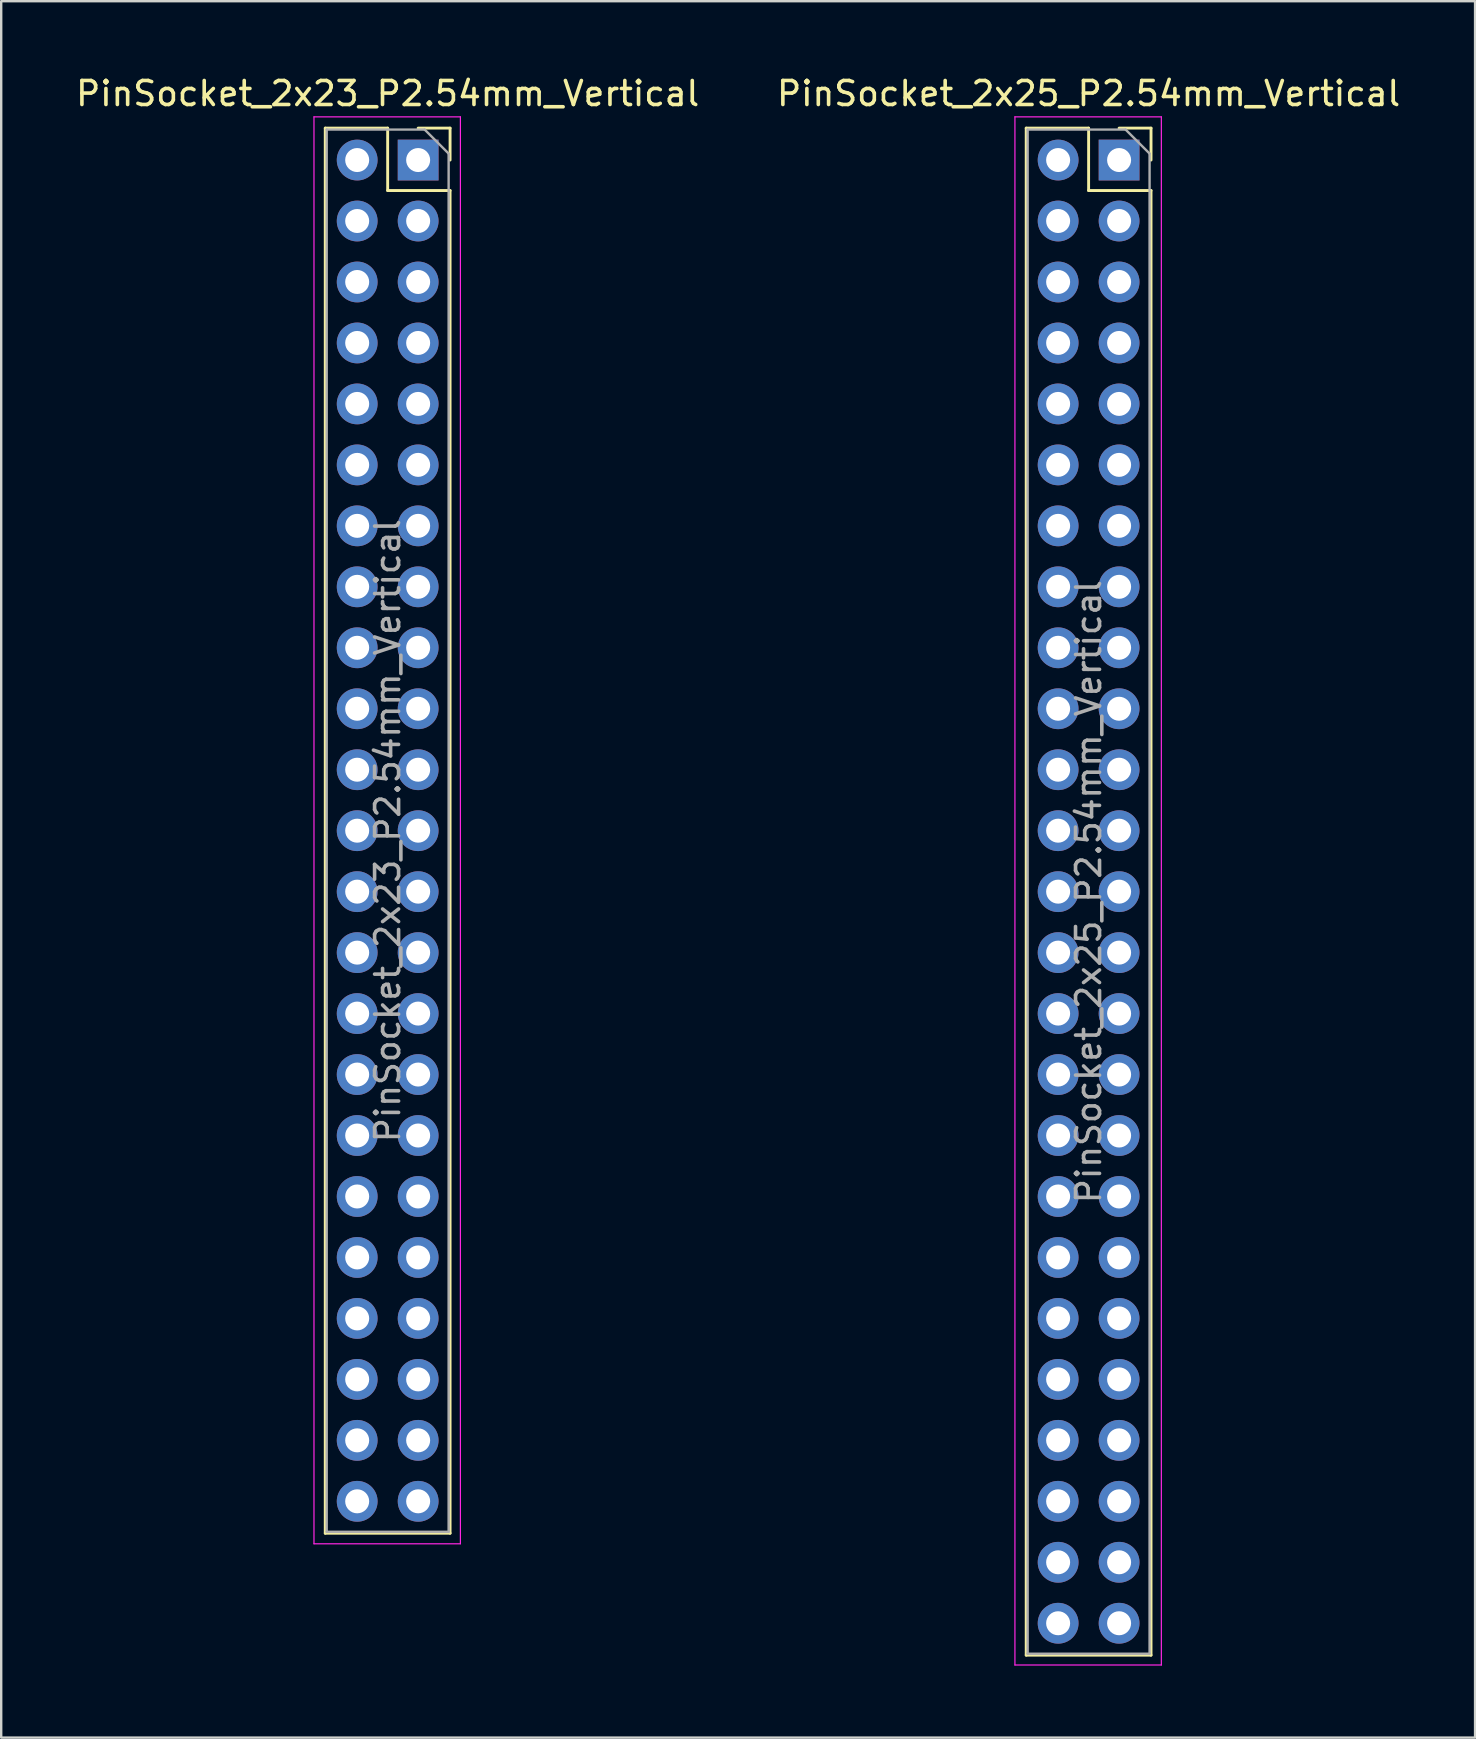
<source format=kicad_pcb>
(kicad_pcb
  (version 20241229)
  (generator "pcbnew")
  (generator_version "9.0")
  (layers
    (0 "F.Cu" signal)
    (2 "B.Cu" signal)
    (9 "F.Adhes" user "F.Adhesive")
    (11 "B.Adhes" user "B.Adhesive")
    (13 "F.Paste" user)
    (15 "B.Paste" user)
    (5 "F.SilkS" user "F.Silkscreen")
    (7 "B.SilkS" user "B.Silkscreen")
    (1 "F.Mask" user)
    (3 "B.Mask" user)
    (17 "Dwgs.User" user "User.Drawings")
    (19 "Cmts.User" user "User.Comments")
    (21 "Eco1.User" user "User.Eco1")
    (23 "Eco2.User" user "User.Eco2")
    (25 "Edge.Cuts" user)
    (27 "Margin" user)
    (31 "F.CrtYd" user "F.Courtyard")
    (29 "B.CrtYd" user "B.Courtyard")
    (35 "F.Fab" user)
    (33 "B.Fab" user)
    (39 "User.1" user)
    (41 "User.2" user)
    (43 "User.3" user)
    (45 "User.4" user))
  (footprint "PinSocket_2x23_P2.54mm_Vertical"
    (layer "F.Cu")
    (at 14.371 3.618)
    (property "Reference" "PinSocket_2x23_P2.54mm_Vertical" (at -1.27 -2.77 0) (layer "F.SilkS") (effects (font (size 1 1) (thickness 0.15))))
    (attr through_hole)
    (fp_line (start -3.87 -1.33) (end -3.87 57.21) (stroke (width 0.12) (type solid)) (layer "F.SilkS"))
    (fp_line (start -3.87 -1.33) (end -1.27 -1.33) (stroke (width 0.12) (type solid)) (layer "F.SilkS"))
    (fp_line (start -3.87 57.21) (end 1.33 57.21) (stroke (width 0.12) (type solid)) (layer "F.SilkS"))
    (fp_line (start -1.27 -1.33) (end -1.27 1.27) (stroke (width 0.12) (type solid)) (layer "F.SilkS"))
    (fp_line (start -1.27 1.27) (end 1.33 1.27) (stroke (width 0.12) (type solid)) (layer "F.SilkS"))
    (fp_line (start 0 -1.33) (end 1.33 -1.33) (stroke (width 0.12) (type solid)) (layer "F.SilkS"))
    (fp_line (start 1.33 -1.33) (end 1.33 0) (stroke (width 0.12) (type solid)) (layer "F.SilkS"))
    (fp_line (start 1.33 1.27) (end 1.33 57.21) (stroke (width 0.12) (type solid)) (layer "F.SilkS"))
    (fp_line (start -4.34 -1.8) (end 1.76 -1.8) (stroke (width 0.05) (type solid)) (layer "F.CrtYd"))
    (fp_line (start -4.34 57.65) (end -4.34 -1.8) (stroke (width 0.05) (type solid)) (layer "F.CrtYd"))
    (fp_line (start 1.76 -1.8) (end 1.76 57.65) (stroke (width 0.05) (type solid)) (layer "F.CrtYd"))
    (fp_line (start 1.76 57.65) (end -4.34 57.65) (stroke (width 0.05) (type solid)) (layer "F.CrtYd"))
    (fp_line (start -3.81 -1.27) (end 0.27 -1.27) (stroke (width 0.1) (type solid)) (layer "F.Fab"))
    (fp_line (start -3.81 57.15) (end -3.81 -1.27) (stroke (width 0.1) (type solid)) (layer "F.Fab"))
    (fp_line (start 0.27 -1.27) (end 1.27 -0.27) (stroke (width 0.1) (type solid)) (layer "F.Fab"))
    (fp_line (start 1.27 -0.27) (end 1.27 57.15) (stroke (width 0.1) (type solid)) (layer "F.Fab"))
    (fp_line (start 1.27 57.15) (end -3.81 57.15) (stroke (width 0.1) (type solid)) (layer "F.Fab"))
    (fp_text user "${REFERENCE}" (at -1.27 27.94 90) (layer "F.Fab") (effects (font (size 1 1) (thickness 0.15))))
    (pad "1" thru_hole rect (at 0 0) (size 1.7 1.7) (drill 1) (layers "*.Cu" "*.Mask"))
    (pad "2" thru_hole oval (at -2.54 0) (size 1.7 1.7) (drill 1) (layers "*.Cu" "*.Mask"))
    (pad "3" thru_hole oval (at 0 2.54) (size 1.7 1.7) (drill 1) (layers "*.Cu" "*.Mask"))
    (pad "4" thru_hole oval (at -2.54 2.54) (size 1.7 1.7) (drill 1) (layers "*.Cu" "*.Mask"))
    (pad "5" thru_hole oval (at 0 5.08) (size 1.7 1.7) (drill 1) (layers "*.Cu" "*.Mask"))
    (pad "6" thru_hole oval (at -2.54 5.08) (size 1.7 1.7) (drill 1) (layers "*.Cu" "*.Mask"))
    (pad "7" thru_hole oval (at 0 7.62) (size 1.7 1.7) (drill 1) (layers "*.Cu" "*.Mask"))
    (pad "8" thru_hole oval (at -2.54 7.62) (size 1.7 1.7) (drill 1) (layers "*.Cu" "*.Mask"))
    (pad "9" thru_hole oval (at 0 10.16) (size 1.7 1.7) (drill 1) (layers "*.Cu" "*.Mask"))
    (pad "10" thru_hole oval (at -2.54 10.16) (size 1.7 1.7) (drill 1) (layers "*.Cu" "*.Mask"))
    (pad "11" thru_hole oval (at 0 12.7) (size 1.7 1.7) (drill 1) (layers "*.Cu" "*.Mask"))
    (pad "12" thru_hole oval (at -2.54 12.7) (size 1.7 1.7) (drill 1) (layers "*.Cu" "*.Mask"))
    (pad "13" thru_hole oval (at 0 15.24) (size 1.7 1.7) (drill 1) (layers "*.Cu" "*.Mask"))
    (pad "14" thru_hole oval (at -2.54 15.24) (size 1.7 1.7) (drill 1) (layers "*.Cu" "*.Mask"))
    (pad "15" thru_hole oval (at 0 17.78) (size 1.7 1.7) (drill 1) (layers "*.Cu" "*.Mask"))
    (pad "16" thru_hole oval (at -2.54 17.78) (size 1.7 1.7) (drill 1) (layers "*.Cu" "*.Mask"))
    (pad "17" thru_hole oval (at 0 20.32) (size 1.7 1.7) (drill 1) (layers "*.Cu" "*.Mask"))
    (pad "18" thru_hole oval (at -2.54 20.32) (size 1.7 1.7) (drill 1) (layers "*.Cu" "*.Mask"))
    (pad "19" thru_hole oval (at 0 22.86) (size 1.7 1.7) (drill 1) (layers "*.Cu" "*.Mask"))
    (pad "20" thru_hole oval (at -2.54 22.86) (size 1.7 1.7) (drill 1) (layers "*.Cu" "*.Mask"))
    (pad "21" thru_hole oval (at 0 25.4) (size 1.7 1.7) (drill 1) (layers "*.Cu" "*.Mask"))
    (pad "22" thru_hole oval (at -2.54 25.4) (size 1.7 1.7) (drill 1) (layers "*.Cu" "*.Mask"))
    (pad "23" thru_hole oval (at 0 27.94) (size 1.7 1.7) (drill 1) (layers "*.Cu" "*.Mask"))
    (pad "24" thru_hole oval (at -2.54 27.94) (size 1.7 1.7) (drill 1) (layers "*.Cu" "*.Mask"))
    (pad "25" thru_hole oval (at 0 30.48) (size 1.7 1.7) (drill 1) (layers "*.Cu" "*.Mask"))
    (pad "26" thru_hole oval (at -2.54 30.48) (size 1.7 1.7) (drill 1) (layers "*.Cu" "*.Mask"))
    (pad "27" thru_hole oval (at 0 33.02) (size 1.7 1.7) (drill 1) (layers "*.Cu" "*.Mask"))
    (pad "28" thru_hole oval (at -2.54 33.02) (size 1.7 1.7) (drill 1) (layers "*.Cu" "*.Mask"))
    (pad "29" thru_hole oval (at 0 35.56) (size 1.7 1.7) (drill 1) (layers "*.Cu" "*.Mask"))
    (pad "30" thru_hole oval (at -2.54 35.56) (size 1.7 1.7) (drill 1) (layers "*.Cu" "*.Mask"))
    (pad "31" thru_hole oval (at 0 38.1) (size 1.7 1.7) (drill 1) (layers "*.Cu" "*.Mask"))
    (pad "32" thru_hole oval (at -2.54 38.1) (size 1.7 1.7) (drill 1) (layers "*.Cu" "*.Mask"))
    (pad "33" thru_hole oval (at 0 40.64) (size 1.7 1.7) (drill 1) (layers "*.Cu" "*.Mask"))
    (pad "34" thru_hole oval (at -2.54 40.64) (size 1.7 1.7) (drill 1) (layers "*.Cu" "*.Mask"))
    (pad "35" thru_hole oval (at 0 43.18) (size 1.7 1.7) (drill 1) (layers "*.Cu" "*.Mask"))
    (pad "36" thru_hole oval (at -2.54 43.18) (size 1.7 1.7) (drill 1) (layers "*.Cu" "*.Mask"))
    (pad "37" thru_hole oval (at 0 45.72) (size 1.7 1.7) (drill 1) (layers "*.Cu" "*.Mask"))
    (pad "38" thru_hole oval (at -2.54 45.72) (size 1.7 1.7) (drill 1) (layers "*.Cu" "*.Mask"))
    (pad "39" thru_hole oval (at 0 48.26) (size 1.7 1.7) (drill 1) (layers "*.Cu" "*.Mask"))
    (pad "40" thru_hole oval (at -2.54 48.26) (size 1.7 1.7) (drill 1) (layers "*.Cu" "*.Mask"))
    (pad "41" thru_hole oval (at 0 50.8) (size 1.7 1.7) (drill 1) (layers "*.Cu" "*.Mask"))
    (pad "42" thru_hole oval (at -2.54 50.8) (size 1.7 1.7) (drill 1) (layers "*.Cu" "*.Mask"))
    (pad "43" thru_hole oval (at 0 53.34) (size 1.7 1.7) (drill 1) (layers "*.Cu" "*.Mask"))
    (pad "44" thru_hole oval (at -2.54 53.34) (size 1.7 1.7) (drill 1) (layers "*.Cu" "*.Mask"))
    (pad "45" thru_hole oval (at 0 55.88) (size 1.7 1.7) (drill 1) (layers "*.Cu" "*.Mask"))
    (pad "46" thru_hole oval (at -2.54 55.88) (size 1.7 1.7) (drill 1) (layers "*.Cu" "*.Mask")))
  (footprint "PinSocket_2x25_P2.54mm_Vertical"
    (layer "F.Cu")
    (at 43.574 3.618)
    (property "Reference" "PinSocket_2x25_P2.54mm_Vertical" (at -1.27 -2.77 0) (layer "F.SilkS") (effects (font (size 1 1) (thickness 0.15))))
    (attr through_hole)
    (fp_line (start -3.87 -1.33) (end -3.87 62.29) (stroke (width 0.12) (type solid)) (layer "F.SilkS"))
    (fp_line (start -3.87 -1.33) (end -1.27 -1.33) (stroke (width 0.12) (type solid)) (layer "F.SilkS"))
    (fp_line (start -3.87 62.29) (end 1.33 62.29) (stroke (width 0.12) (type solid)) (layer "F.SilkS"))
    (fp_line (start -1.27 -1.33) (end -1.27 1.27) (stroke (width 0.12) (type solid)) (layer "F.SilkS"))
    (fp_line (start -1.27 1.27) (end 1.33 1.27) (stroke (width 0.12) (type solid)) (layer "F.SilkS"))
    (fp_line (start 0 -1.33) (end 1.33 -1.33) (stroke (width 0.12) (type solid)) (layer "F.SilkS"))
    (fp_line (start 1.33 -1.33) (end 1.33 0) (stroke (width 0.12) (type solid)) (layer "F.SilkS"))
    (fp_line (start 1.33 1.27) (end 1.33 62.29) (stroke (width 0.12) (type solid)) (layer "F.SilkS"))
    (fp_line (start -4.34 -1.8) (end 1.76 -1.8) (stroke (width 0.05) (type solid)) (layer "F.CrtYd"))
    (fp_line (start -4.34 62.7) (end -4.34 -1.8) (stroke (width 0.05) (type solid)) (layer "F.CrtYd"))
    (fp_line (start 1.76 -1.8) (end 1.76 62.7) (stroke (width 0.05) (type solid)) (layer "F.CrtYd"))
    (fp_line (start 1.76 62.7) (end -4.34 62.7) (stroke (width 0.05) (type solid)) (layer "F.CrtYd"))
    (fp_line (start -3.81 -1.27) (end 0.27 -1.27) (stroke (width 0.1) (type solid)) (layer "F.Fab"))
    (fp_line (start -3.81 62.23) (end -3.81 -1.27) (stroke (width 0.1) (type solid)) (layer "F.Fab"))
    (fp_line (start 0.27 -1.27) (end 1.27 -0.27) (stroke (width 0.1) (type solid)) (layer "F.Fab"))
    (fp_line (start 1.27 -0.27) (end 1.27 62.23) (stroke (width 0.1) (type solid)) (layer "F.Fab"))
    (fp_line (start 1.27 62.23) (end -3.81 62.23) (stroke (width 0.1) (type solid)) (layer "F.Fab"))
    (fp_text user "${REFERENCE}" (at -1.27 30.48 90) (layer "F.Fab") (effects (font (size 1 1) (thickness 0.15))))
    (pad "1" thru_hole rect (at 0 0) (size 1.7 1.7) (drill 1) (layers "*.Cu" "*.Mask"))
    (pad "2" thru_hole oval (at -2.54 0) (size 1.7 1.7) (drill 1) (layers "*.Cu" "*.Mask"))
    (pad "3" thru_hole oval (at 0 2.54) (size 1.7 1.7) (drill 1) (layers "*.Cu" "*.Mask"))
    (pad "4" thru_hole oval (at -2.54 2.54) (size 1.7 1.7) (drill 1) (layers "*.Cu" "*.Mask"))
    (pad "5" thru_hole oval (at 0 5.08) (size 1.7 1.7) (drill 1) (layers "*.Cu" "*.Mask"))
    (pad "6" thru_hole oval (at -2.54 5.08) (size 1.7 1.7) (drill 1) (layers "*.Cu" "*.Mask"))
    (pad "7" thru_hole oval (at 0 7.62) (size 1.7 1.7) (drill 1) (layers "*.Cu" "*.Mask"))
    (pad "8" thru_hole oval (at -2.54 7.62) (size 1.7 1.7) (drill 1) (layers "*.Cu" "*.Mask"))
    (pad "9" thru_hole oval (at 0 10.16) (size 1.7 1.7) (drill 1) (layers "*.Cu" "*.Mask"))
    (pad "10" thru_hole oval (at -2.54 10.16) (size 1.7 1.7) (drill 1) (layers "*.Cu" "*.Mask"))
    (pad "11" thru_hole oval (at 0 12.7) (size 1.7 1.7) (drill 1) (layers "*.Cu" "*.Mask"))
    (pad "12" thru_hole oval (at -2.54 12.7) (size 1.7 1.7) (drill 1) (layers "*.Cu" "*.Mask"))
    (pad "13" thru_hole oval (at 0 15.24) (size 1.7 1.7) (drill 1) (layers "*.Cu" "*.Mask"))
    (pad "14" thru_hole oval (at -2.54 15.24) (size 1.7 1.7) (drill 1) (layers "*.Cu" "*.Mask"))
    (pad "15" thru_hole oval (at 0 17.78) (size 1.7 1.7) (drill 1) (layers "*.Cu" "*.Mask"))
    (pad "16" thru_hole oval (at -2.54 17.78) (size 1.7 1.7) (drill 1) (layers "*.Cu" "*.Mask"))
    (pad "17" thru_hole oval (at 0 20.32) (size 1.7 1.7) (drill 1) (layers "*.Cu" "*.Mask"))
    (pad "18" thru_hole oval (at -2.54 20.32) (size 1.7 1.7) (drill 1) (layers "*.Cu" "*.Mask"))
    (pad "19" thru_hole oval (at 0 22.86) (size 1.7 1.7) (drill 1) (layers "*.Cu" "*.Mask"))
    (pad "20" thru_hole oval (at -2.54 22.86) (size 1.7 1.7) (drill 1) (layers "*.Cu" "*.Mask"))
    (pad "21" thru_hole oval (at 0 25.4) (size 1.7 1.7) (drill 1) (layers "*.Cu" "*.Mask"))
    (pad "22" thru_hole oval (at -2.54 25.4) (size 1.7 1.7) (drill 1) (layers "*.Cu" "*.Mask"))
    (pad "23" thru_hole oval (at 0 27.94) (size 1.7 1.7) (drill 1) (layers "*.Cu" "*.Mask"))
    (pad "24" thru_hole oval (at -2.54 27.94) (size 1.7 1.7) (drill 1) (layers "*.Cu" "*.Mask"))
    (pad "25" thru_hole oval (at 0 30.48) (size 1.7 1.7) (drill 1) (layers "*.Cu" "*.Mask"))
    (pad "26" thru_hole oval (at -2.54 30.48) (size 1.7 1.7) (drill 1) (layers "*.Cu" "*.Mask"))
    (pad "27" thru_hole oval (at 0 33.02) (size 1.7 1.7) (drill 1) (layers "*.Cu" "*.Mask"))
    (pad "28" thru_hole oval (at -2.54 33.02) (size 1.7 1.7) (drill 1) (layers "*.Cu" "*.Mask"))
    (pad "29" thru_hole oval (at 0 35.56) (size 1.7 1.7) (drill 1) (layers "*.Cu" "*.Mask"))
    (pad "30" thru_hole oval (at -2.54 35.56) (size 1.7 1.7) (drill 1) (layers "*.Cu" "*.Mask"))
    (pad "31" thru_hole oval (at 0 38.1) (size 1.7 1.7) (drill 1) (layers "*.Cu" "*.Mask"))
    (pad "32" thru_hole oval (at -2.54 38.1) (size 1.7 1.7) (drill 1) (layers "*.Cu" "*.Mask"))
    (pad "33" thru_hole oval (at 0 40.64) (size 1.7 1.7) (drill 1) (layers "*.Cu" "*.Mask"))
    (pad "34" thru_hole oval (at -2.54 40.64) (size 1.7 1.7) (drill 1) (layers "*.Cu" "*.Mask"))
    (pad "35" thru_hole oval (at 0 43.18) (size 1.7 1.7) (drill 1) (layers "*.Cu" "*.Mask"))
    (pad "36" thru_hole oval (at -2.54 43.18) (size 1.7 1.7) (drill 1) (layers "*.Cu" "*.Mask"))
    (pad "37" thru_hole oval (at 0 45.72) (size 1.7 1.7) (drill 1) (layers "*.Cu" "*.Mask"))
    (pad "38" thru_hole oval (at -2.54 45.72) (size 1.7 1.7) (drill 1) (layers "*.Cu" "*.Mask"))
    (pad "39" thru_hole oval (at 0 48.26) (size 1.7 1.7) (drill 1) (layers "*.Cu" "*.Mask"))
    (pad "40" thru_hole oval (at -2.54 48.26) (size 1.7 1.7) (drill 1) (layers "*.Cu" "*.Mask"))
    (pad "41" thru_hole oval (at 0 50.8) (size 1.7 1.7) (drill 1) (layers "*.Cu" "*.Mask"))
    (pad "42" thru_hole oval (at -2.54 50.8) (size 1.7 1.7) (drill 1) (layers "*.Cu" "*.Mask"))
    (pad "43" thru_hole oval (at 0 53.34) (size 1.7 1.7) (drill 1) (layers "*.Cu" "*.Mask"))
    (pad "44" thru_hole oval (at -2.54 53.34) (size 1.7 1.7) (drill 1) (layers "*.Cu" "*.Mask"))
    (pad "45" thru_hole oval (at 0 55.88) (size 1.7 1.7) (drill 1) (layers "*.Cu" "*.Mask"))
    (pad "46" thru_hole oval (at -2.54 55.88) (size 1.7 1.7) (drill 1) (layers "*.Cu" "*.Mask"))
    (pad "47" thru_hole oval (at 0 58.42) (size 1.7 1.7) (drill 1) (layers "*.Cu" "*.Mask"))
    (pad "48" thru_hole oval (at -2.54 58.42) (size 1.7 1.7) (drill 1) (layers "*.Cu" "*.Mask"))
    (pad "49" thru_hole oval (at 0 60.96) (size 1.7 1.7) (drill 1) (layers "*.Cu" "*.Mask"))
    (pad "50" thru_hole oval (at -2.54 60.96) (size 1.7 1.7) (drill 1) (layers "*.Cu" "*.Mask")))
  (gr_rect
    (start -3 -3)
    (end 58.405 69.343)
    (stroke (width 0.1) (type default))
    (fill no)
    (layer "Edge.Cuts")))
</source>
